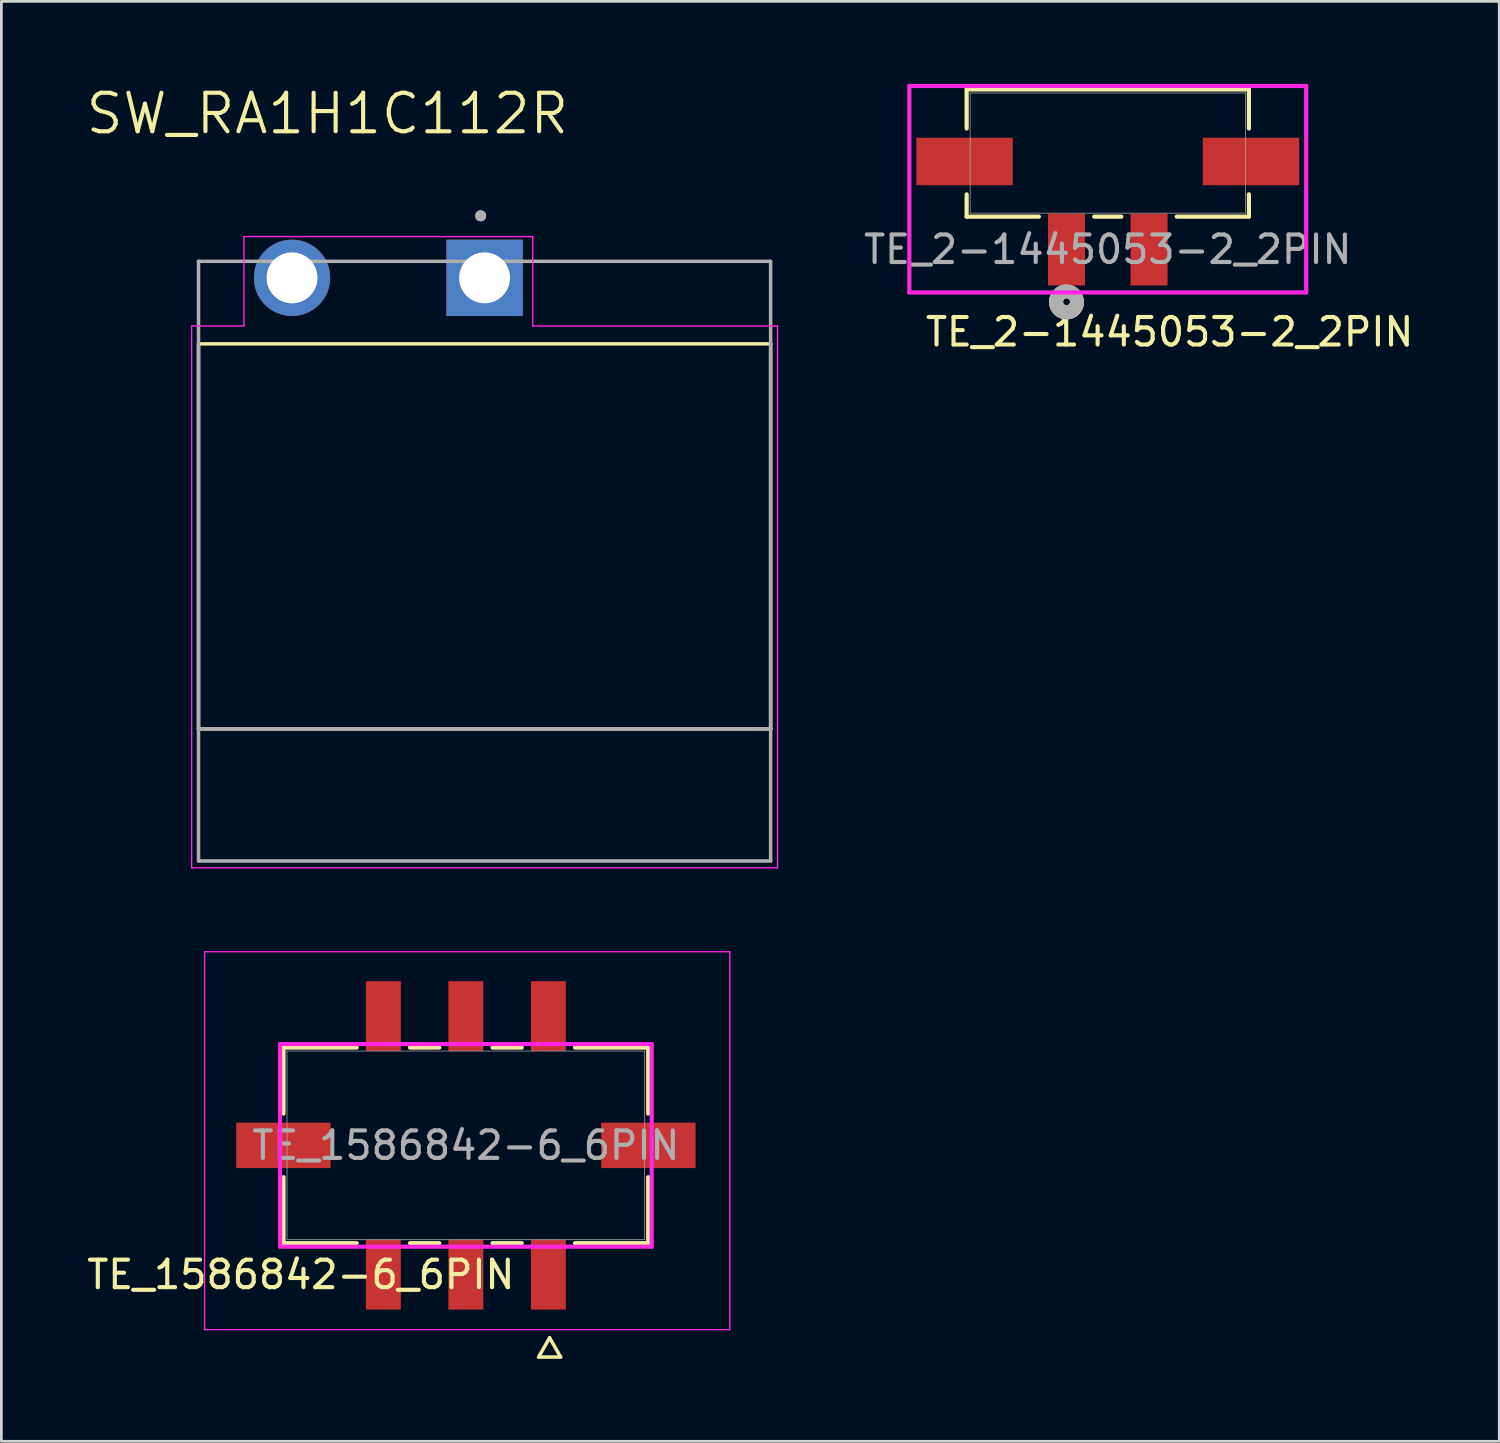
<source format=kicad_pcb>
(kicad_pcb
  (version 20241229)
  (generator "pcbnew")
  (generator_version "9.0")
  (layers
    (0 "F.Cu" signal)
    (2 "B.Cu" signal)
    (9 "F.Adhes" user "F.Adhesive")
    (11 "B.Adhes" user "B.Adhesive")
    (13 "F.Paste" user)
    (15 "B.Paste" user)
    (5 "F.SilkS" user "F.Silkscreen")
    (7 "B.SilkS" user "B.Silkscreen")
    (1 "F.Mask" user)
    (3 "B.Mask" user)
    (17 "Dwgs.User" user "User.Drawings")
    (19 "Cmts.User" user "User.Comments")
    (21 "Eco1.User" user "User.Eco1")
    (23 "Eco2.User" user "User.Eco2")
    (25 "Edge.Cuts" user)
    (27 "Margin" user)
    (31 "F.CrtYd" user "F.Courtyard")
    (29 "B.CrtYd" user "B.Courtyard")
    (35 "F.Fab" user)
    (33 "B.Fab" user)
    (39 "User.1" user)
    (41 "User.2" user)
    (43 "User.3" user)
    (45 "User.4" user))
  (footprint "TE_1586842-6_6PIN"
    (layer "F.Cu")
    (at 16.887 43.291)
    (property "Reference" "TE_1586842-6_6PIN" (at -9 0 0) (unlocked yes) (layer "F.SilkS") (effects (font (size 1 1) (thickness 0.15))))
    (attr smd)
    (fp_line (start -9.629 -8.256) (end -9.629 -5.858) (stroke (width 0.152) (type solid)) (layer "F.SilkS"))
    (fp_line (start -9.629 -3.542) (end -9.629 -1.144) (stroke (width 0.152) (type solid)) (layer "F.SilkS"))
    (fp_line (start -9.629 -1.144) (end -6.968 -1.144) (stroke (width 0.152) (type solid)) (layer "F.SilkS"))
    (fp_line (start -6.968 -8.256) (end -9.629 -8.256) (stroke (width 0.152) (type solid)) (layer "F.SilkS"))
    (fp_line (start -5.032 -1.144) (end -3.968 -1.144) (stroke (width 0.152) (type solid)) (layer "F.SilkS"))
    (fp_line (start -3.968 -8.256) (end -5.032 -8.256) (stroke (width 0.152) (type solid)) (layer "F.SilkS"))
    (fp_line (start -2.032 -1.144) (end -0.968 -1.144) (stroke (width 0.152) (type solid)) (layer "F.SilkS"))
    (fp_line (start -0.968 -8.256) (end -2.032 -8.256) (stroke (width 0.152) (type solid)) (layer "F.SilkS"))
    (fp_line (start -0.355 2.995) (end 0.445 2.995) (stroke (width 0.127) (type solid)) (layer "F.SilkS"))
    (fp_line (start 0.045 2.295) (end -0.355 2.995) (stroke (width 0.127) (type solid)) (layer "F.SilkS"))
    (fp_line (start 0.445 2.995) (end 0.045 2.295) (stroke (width 0.127) (type solid)) (layer "F.SilkS"))
    (fp_line (start 0.968 -1.144) (end 3.629 -1.144) (stroke (width 0.152) (type solid)) (layer "F.SilkS"))
    (fp_line (start 3.629 -8.256) (end 0.968 -8.256) (stroke (width 0.152) (type solid)) (layer "F.SilkS"))
    (fp_line (start 3.629 -5.858) (end 3.629 -8.256) (stroke (width 0.152) (type solid)) (layer "F.SilkS"))
    (fp_line (start 3.629 -1.144) (end 3.629 -3.542) (stroke (width 0.152) (type solid)) (layer "F.SilkS"))
    (fp_line (start -12.5 -11.74) (end -12.5 2) (stroke (width 0.05) (type solid)) (layer "F.CrtYd"))
    (fp_line (start -12.5 2) (end 6.595 2) (stroke (width 0.05) (type solid)) (layer "F.CrtYd"))
    (fp_line (start -9.756 -8.383) (end -9.756 -1.017) (stroke (width 0.152) (type solid)) (layer "F.CrtYd"))
    (fp_line (start -9.756 -1.017) (end 3.756 -1.017) (stroke (width 0.152) (type solid)) (layer "F.CrtYd"))
    (fp_line (start 3.756 -8.383) (end -9.756 -8.383) (stroke (width 0.152) (type solid)) (layer "F.CrtYd"))
    (fp_line (start 3.756 -1.017) (end 3.756 -8.383) (stroke (width 0.152) (type solid)) (layer "F.CrtYd"))
    (fp_line (start 6.595 -11.74) (end -12.5 -11.74) (stroke (width 0.05) (type solid)) (layer "F.CrtYd"))
    (fp_line (start 6.595 2) (end 6.595 -11.74) (stroke (width 0.05) (type solid)) (layer "F.CrtYd"))
    (fp_line (start -9.502 -8.129) (end -9.502 -1.271) (stroke (width 0.025) (type solid)) (layer "F.Fab"))
    (fp_line (start -9.502 -1.271) (end 3.502 -1.271) (stroke (width 0.025) (type solid)) (layer "F.Fab"))
    (fp_line (start 3.502 -8.129) (end -9.502 -8.129) (stroke (width 0.025) (type solid)) (layer "F.Fab"))
    (fp_line (start 3.502 -1.271) (end 3.502 -8.129) (stroke (width 0.025) (type solid)) (layer "F.Fab"))
    (fp_text user "${REFERENCE}" (at -3 -4.7 0) (unlocked yes) (layer "F.Fab") (effects (font (size 1 1) (thickness 0.15))))
    (pad "1" smd rect (at 0 0.000001) (size 1.27 2.54) (layers "F.Cu" "F.Mask" "F.Paste"))
    (pad "2" smd rect (at -3 0.000001) (size 1.27 2.54) (layers "F.Cu" "F.Mask" "F.Paste"))
    (pad "3" smd rect (at -6 0.000001) (size 1.27 2.54) (layers "F.Cu" "F.Mask" "F.Paste"))
    (pad "4" smd rect (at 0 -9.4) (size 1.27 2.54) (layers "F.Cu" "F.Mask" "F.Paste"))
    (pad "5" smd rect (at -3 -9.4) (size 1.27 2.54) (layers "F.Cu" "F.Mask" "F.Paste"))
    (pad "6" smd rect (at -6 -9.4) (size 1.27 2.54) (layers "F.Cu" "F.Mask" "F.Paste"))
    (pad "MP1" smd rect (at -9.635 -4.7) (size 3.429 1.651) (layers "F.Cu" "F.Mask" "F.Paste"))
    (pad "MP2" smd rect (at 3.635 -4.7) (size 3.429 1.651) (layers "F.Cu" "F.Mask" "F.Paste")))
  (footprint "SW_RA1H1C112R"
    (layer "F.Cu")
    (at 14.567 7.051)
    (property "Reference" "SW_RA1H1C112R" (at -5.715 -5.969 0) (layer "F.SilkS") (effects (font (size 1.4 1.4) (thickness 0.15))))
    (attr through_hole)
    (fp_line (start -10.4 2.4) (end -10.4 16.4) (stroke (width 0.127) (type solid)) (layer "F.SilkS"))
    (fp_line (start -10.4 2.4) (end 10.4 2.4) (stroke (width 0.127) (type solid)) (layer "F.SilkS"))
    (fp_line (start -10.4 16.4) (end 10.4 16.4) (stroke (width 0.127) (type solid)) (layer "F.SilkS"))
    (fp_line (start 10.4 16.4) (end 10.4 2.4) (stroke (width 0.127) (type solid)) (layer "F.SilkS"))
    (fp_circle (center -0.142 -2.254) (end -0.042 -2.254) (stroke (width 0.2) (type solid)) (fill no) (layer "F.SilkS"))
    (fp_line (start -10.65 21.45) (end -10.65 1.75) (stroke (width 0.05) (type solid)) (layer "F.CrtYd"))
    (fp_line (start -8.75 -1.5) (end 1.75 -1.5) (stroke (width 0.05) (type solid)) (layer "F.CrtYd"))
    (fp_line (start -8.75 1.75) (end -10.65 1.75) (stroke (width 0.05) (type solid)) (layer "F.CrtYd"))
    (fp_line (start -8.75 1.75) (end -8.75 -1.5) (stroke (width 0.05) (type solid)) (layer "F.CrtYd"))
    (fp_line (start 1.75 1.75) (end 1.75 -1.5) (stroke (width 0.05) (type solid)) (layer "F.CrtYd"))
    (fp_line (start 1.75 1.75) (end 10.65 1.75) (stroke (width 0.05) (type solid)) (layer "F.CrtYd"))
    (fp_line (start 10.65 1.75) (end 10.65 21.45) (stroke (width 0.05) (type solid)) (layer "F.CrtYd"))
    (fp_line (start 10.65 21.45) (end -10.65 21.45) (stroke (width 0.05) (type solid)) (layer "F.CrtYd"))
    (fp_line (start -10.4 -0.6) (end 10.4 -0.6) (stroke (width 0.127) (type solid)) (layer "F.Fab"))
    (fp_line (start -10.4 16.4) (end -10.4 -0.6) (stroke (width 0.127) (type solid)) (layer "F.Fab"))
    (fp_line (start -10.4 16.4) (end 10.4 16.4) (stroke (width 0.127) (type solid)) (layer "F.Fab"))
    (fp_line (start -10.4 21.2) (end -10.4 16.4) (stroke (width 0.127) (type solid)) (layer "F.Fab"))
    (fp_line (start -10.4 21.2) (end 10.4 21.2) (stroke (width 0.127) (type solid)) (layer "F.Fab"))
    (fp_line (start 10.4 -0.6) (end 10.4 16.4) (stroke (width 0.127) (type solid)) (layer "F.Fab"))
    (fp_line (start 10.4 16.4) (end 10.4 21.2) (stroke (width 0.127) (type solid)) (layer "F.Fab"))
    (fp_circle (center -0.142 -2.254) (end -0.042 -2.254) (stroke (width 0.2) (type solid)) (fill no) (layer "F.Fab"))
    (pad "1" thru_hole rect (at 0 0) (size 2.775 2.775) (drill 1.85) (layers "*.Cu" "*.Mask"))
    (pad "2" thru_hole circle (at -7 0) (size 2.775 2.775) (drill 1.85) (layers "*.Cu" "*.Mask")))
  (footprint "TE_2-1445053-2_2PIN"
    (layer "F.Cu")
    (at 35.724 6.02)
    (property "Reference" "TE_2-1445053-2_2PIN" (at 3.75 3 0) (unlocked yes) (layer "F.SilkS") (effects (font (size 1 1) (thickness 0.15))))
    (attr smd)
    (fp_line (start -3.631 -5.817) (end -3.631 -4.397) (stroke (width 0.152) (type solid)) (layer "F.SilkS"))
    (fp_line (start -3.631 -2.004) (end -3.631 -1.194) (stroke (width 0.152) (type solid)) (layer "F.SilkS"))
    (fp_line (start -3.631 -1.194) (end -1.006 -1.194) (stroke (width 0.152) (type solid)) (layer "F.SilkS"))
    (fp_line (start 1.006 -1.194) (end 1.994 -1.194) (stroke (width 0.152) (type solid)) (layer "F.SilkS"))
    (fp_line (start 4.006 -1.194) (end 6.631 -1.194) (stroke (width 0.152) (type solid)) (layer "F.SilkS"))
    (fp_line (start 6.631 -5.817) (end -3.631 -5.817) (stroke (width 0.152) (type solid)) (layer "F.SilkS"))
    (fp_line (start 6.631 -4.397) (end 6.631 -5.817) (stroke (width 0.152) (type solid)) (layer "F.SilkS"))
    (fp_line (start 6.631 -1.194) (end 6.631 -2.004) (stroke (width 0.152) (type solid)) (layer "F.SilkS"))
    (fp_arc (start 0.381 1.905) (mid -0.043464 2.283513) (end -0.371083 1.81864) (stroke (width 0.508) (type solid)) (layer "F.SilkS"))
    (fp_circle (center 0 1.905) (end 0.381 1.905) (stroke (width 0.508) (type solid)) (fill no) (layer "B.SilkS"))
    (fp_line (start -5.714 -5.944) (end -5.714 1.562) (stroke (width 0.152) (type solid)) (layer "F.CrtYd"))
    (fp_line (start -5.714 1.562) (end 8.714 1.562) (stroke (width 0.152) (type solid)) (layer "F.CrtYd"))
    (fp_line (start 8.714 -5.944) (end -5.714 -5.944) (stroke (width 0.152) (type solid)) (layer "F.CrtYd"))
    (fp_line (start 8.714 1.562) (end 8.714 -5.944) (stroke (width 0.152) (type solid)) (layer "F.CrtYd"))
    (fp_line (start -3.504 -5.69) (end -3.504 -1.321) (stroke (width 0.025) (type solid)) (layer "F.Fab"))
    (fp_line (start -3.504 -1.321) (end 6.504 -1.321) (stroke (width 0.025) (type solid)) (layer "F.Fab"))
    (fp_line (start 6.504 -5.69) (end -3.504 -5.69) (stroke (width 0.025) (type solid)) (layer "F.Fab"))
    (fp_line (start 6.504 -1.321) (end 6.504 -5.69) (stroke (width 0.025) (type solid)) (layer "F.Fab"))
    (fp_circle (center 0 1.905) (end 0.381 1.905) (stroke (width 0.508) (type solid)) (fill no) (layer "F.Fab"))
    (fp_text user "${REFERENCE}" (at 1.5 0 0) (unlocked yes) (layer "F.Fab") (effects (font (size 1 1) (thickness 0.15))))
    (pad "1" smd rect (at 0 0) (size 1.346 2.616) (layers "F.Cu" "F.Mask" "F.Paste"))
    (pad "2" smd rect (at 3 0) (size 1.346 2.616) (layers "F.Cu" "F.Mask" "F.Paste"))
    (pad "MP" smd rect (at -3.707 -3.2) (size 3.505 1.727) (layers "F.Cu" "F.Mask" "F.Paste"))
    (pad "MP" smd rect (at 6.707 -3.2) (size 3.505 1.727) (layers "F.Cu" "F.Mask" "F.Paste")))
  (gr_rect
    (start -3 -3)
    (end 51.456 49.35)
    (stroke (width 0.1) (type default))
    (fill no)
    (layer "Edge.Cuts")))
</source>
